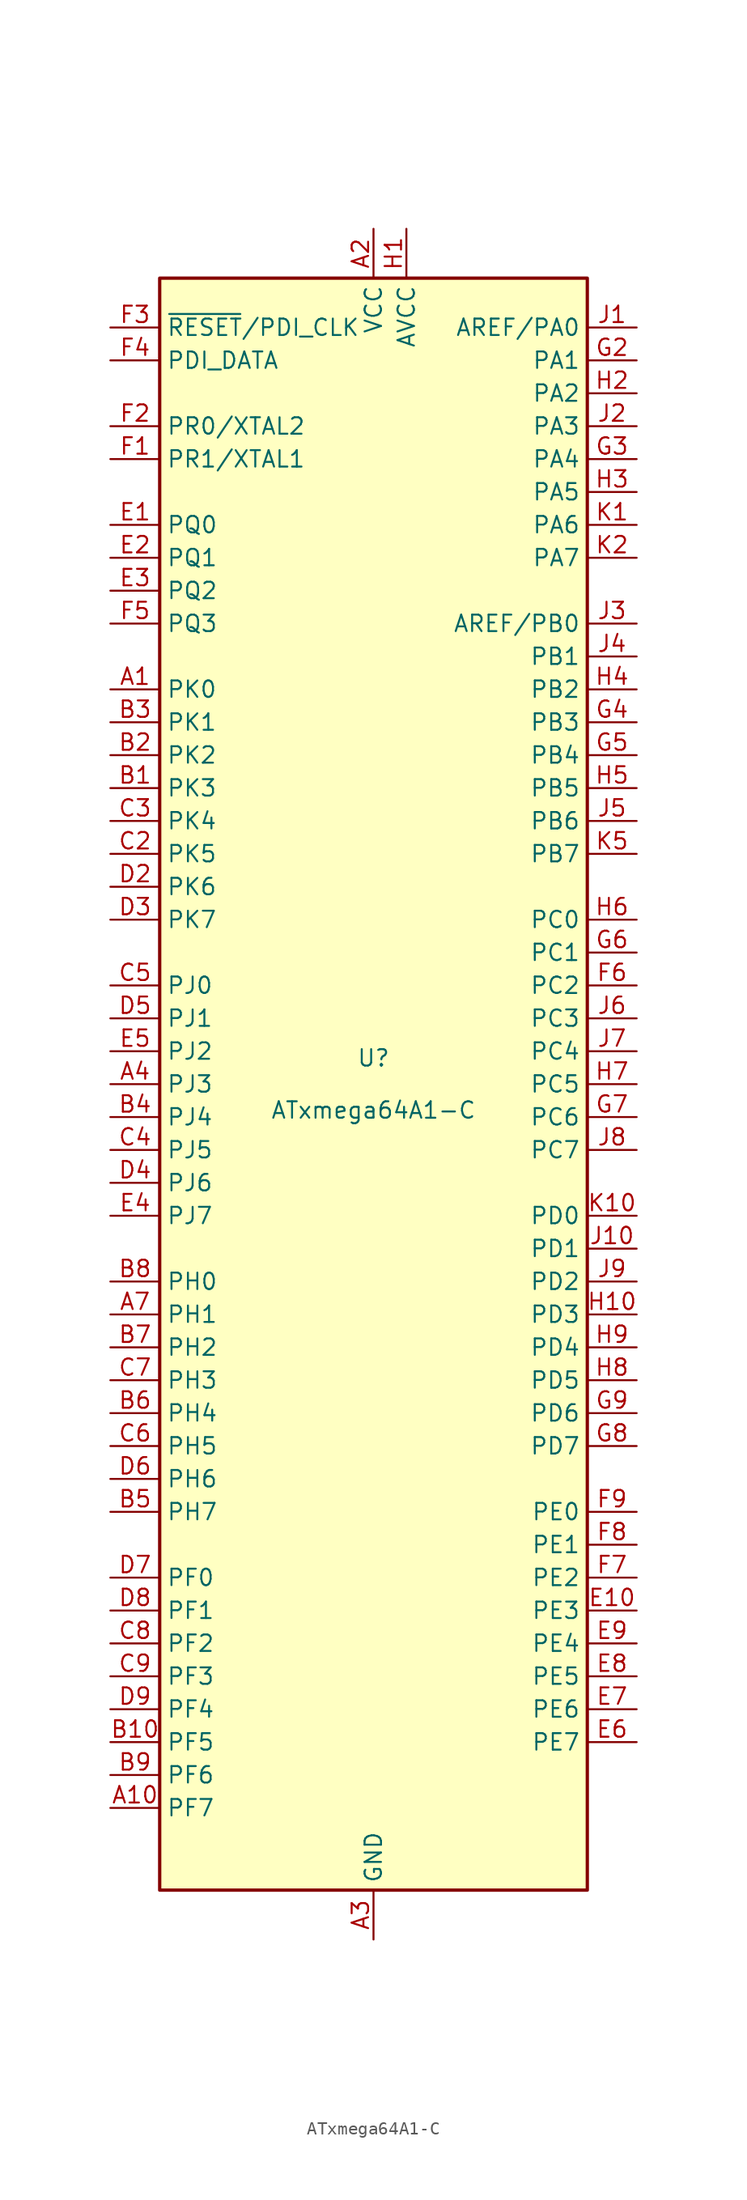
<source format=kicad_sym>
(kicad_symbol_lib
  (version 20241209)
  (generator "kicad_symbol_editor")
  (generator_version "9.0")
  (symbol "ATxmega64A1-C"
    (property "Reference" "U"
      (at 0 1.27 0)
      (effects (font (size 1.27 1.27)) (justify bottom)))
    (property "Value" "ATxmega64A1-C"
      (at 0 -1.27 0)
      (effects (font (size 1.27 1.27)) (justify top)))
    (symbol "ATxmega64A1-C_0_1"
      (rectangle (start -16.51 -62.23) (end 16.51 62.23) (stroke (width 0.254) (type default)) (fill (type background))))
    (symbol "ATxmega64A1-C_1_1"
      (pin input line (at -20.32 58.42 0) (length 3.81) (name "~{RESET}/PDI_CLK" (effects (font (size 1.27 1.27)))) (number "F3" (effects (font (size 1.27 1.27)))))
      (pin bidirectional line (at -20.32 55.88 0) (length 3.81) (name "PDI_DATA" (effects (font (size 1.27 1.27)))) (number "F4" (effects (font (size 1.27 1.27)))))
      (pin bidirectional line (at -20.32 50.8 0) (length 3.81) (name "PR0/XTAL2" (effects (font (size 1.27 1.27)))) (number "F2" (effects (font (size 1.27 1.27)))))
      (pin bidirectional line (at -20.32 48.26 0) (length 3.81) (name "PR1/XTAL1" (effects (font (size 1.27 1.27)))) (number "F1" (effects (font (size 1.27 1.27)))))
      (pin bidirectional line (at -20.32 43.18 0) (length 3.81) (name "PQ0" (effects (font (size 1.27 1.27)))) (number "E1" (effects (font (size 1.27 1.27)))))
      (pin bidirectional line (at -20.32 40.64 0) (length 3.81) (name "PQ1" (effects (font (size 1.27 1.27)))) (number "E2" (effects (font (size 1.27 1.27)))))
      (pin bidirectional line (at -20.32 38.1 0) (length 3.81) (name "PQ2" (effects (font (size 1.27 1.27)))) (number "E3" (effects (font (size 1.27 1.27)))))
      (pin bidirectional line (at -20.32 35.56 0) (length 3.81) (name "PQ3" (effects (font (size 1.27 1.27)))) (number "F5" (effects (font (size 1.27 1.27)))))
      (pin bidirectional line (at -20.32 30.48 0) (length 3.81) (name "PK0" (effects (font (size 1.27 1.27)))) (number "A1" (effects (font (size 1.27 1.27)))))
      (pin bidirectional line (at -20.32 27.94 0) (length 3.81) (name "PK1" (effects (font (size 1.27 1.27)))) (number "B3" (effects (font (size 1.27 1.27)))))
      (pin bidirectional line (at -20.32 25.4 0) (length 3.81) (name "PK2" (effects (font (size 1.27 1.27)))) (number "B2" (effects (font (size 1.27 1.27)))))
      (pin bidirectional line (at -20.32 22.86 0) (length 3.81) (name "PK3" (effects (font (size 1.27 1.27)))) (number "B1" (effects (font (size 1.27 1.27)))))
      (pin bidirectional line (at -20.32 20.32 0) (length 3.81) (name "PK4" (effects (font (size 1.27 1.27)))) (number "C3" (effects (font (size 1.27 1.27)))))
      (pin bidirectional line (at -20.32 17.78 0) (length 3.81) (name "PK5" (effects (font (size 1.27 1.27)))) (number "C2" (effects (font (size 1.27 1.27)))))
      (pin bidirectional line (at -20.32 15.24 0) (length 3.81) (name "PK6" (effects (font (size 1.27 1.27)))) (number "D2" (effects (font (size 1.27 1.27)))))
      (pin bidirectional line (at -20.32 12.7 0) (length 3.81) (name "PK7" (effects (font (size 1.27 1.27)))) (number "D3" (effects (font (size 1.27 1.27)))))
      (pin bidirectional line (at -20.32 7.62 0) (length 3.81) (name "PJ0" (effects (font (size 1.27 1.27)))) (number "C5" (effects (font (size 1.27 1.27)))))
      (pin bidirectional line (at -20.32 5.08 0) (length 3.81) (name "PJ1" (effects (font (size 1.27 1.27)))) (number "D5" (effects (font (size 1.27 1.27)))))
      (pin bidirectional line (at -20.32 2.54 0) (length 3.81) (name "PJ2" (effects (font (size 1.27 1.27)))) (number "E5" (effects (font (size 1.27 1.27)))))
      (pin bidirectional line (at -20.32 0 0) (length 3.81) (name "PJ3" (effects (font (size 1.27 1.27)))) (number "A4" (effects (font (size 1.27 1.27)))))
      (pin bidirectional line (at -20.32 -2.54 0) (length 3.81) (name "PJ4" (effects (font (size 1.27 1.27)))) (number "B4" (effects (font (size 1.27 1.27)))))
      (pin bidirectional line (at -20.32 -5.08 0) (length 3.81) (name "PJ5" (effects (font (size 1.27 1.27)))) (number "C4" (effects (font (size 1.27 1.27)))))
      (pin bidirectional line (at -20.32 -7.62 0) (length 3.81) (name "PJ6" (effects (font (size 1.27 1.27)))) (number "D4" (effects (font (size 1.27 1.27)))))
      (pin bidirectional line (at -20.32 -10.16 0) (length 3.81) (name "PJ7" (effects (font (size 1.27 1.27)))) (number "E4" (effects (font (size 1.27 1.27)))))
      (pin bidirectional line (at -20.32 -15.24 0) (length 3.81) (name "PH0" (effects (font (size 1.27 1.27)))) (number "B8" (effects (font (size 1.27 1.27)))))
      (pin bidirectional line (at -20.32 -17.78 0) (length 3.81) (name "PH1" (effects (font (size 1.27 1.27)))) (number "A7" (effects (font (size 1.27 1.27)))))
      (pin bidirectional line (at -20.32 -20.32 0) (length 3.81) (name "PH2" (effects (font (size 1.27 1.27)))) (number "B7" (effects (font (size 1.27 1.27)))))
      (pin bidirectional line (at -20.32 -22.86 0) (length 3.81) (name "PH3" (effects (font (size 1.27 1.27)))) (number "C7" (effects (font (size 1.27 1.27)))))
      (pin bidirectional line (at -20.32 -25.4 0) (length 3.81) (name "PH4" (effects (font (size 1.27 1.27)))) (number "B6" (effects (font (size 1.27 1.27)))))
      (pin bidirectional line (at -20.32 -27.94 0) (length 3.81) (name "PH5" (effects (font (size 1.27 1.27)))) (number "C6" (effects (font (size 1.27 1.27)))))
      (pin bidirectional line (at -20.32 -30.48 0) (length 3.81) (name "PH6" (effects (font (size 1.27 1.27)))) (number "D6" (effects (font (size 1.27 1.27)))))
      (pin bidirectional line (at -20.32 -33.02 0) (length 3.81) (name "PH7" (effects (font (size 1.27 1.27)))) (number "B5" (effects (font (size 1.27 1.27)))))
      (pin bidirectional line (at -20.32 -38.1 0) (length 3.81) (name "PF0" (effects (font (size 1.27 1.27)))) (number "D7" (effects (font (size 1.27 1.27)))))
      (pin bidirectional line (at -20.32 -40.64 0) (length 3.81) (name "PF1" (effects (font (size 1.27 1.27)))) (number "D8" (effects (font (size 1.27 1.27)))))
      (pin bidirectional line (at -20.32 -43.18 0) (length 3.81) (name "PF2" (effects (font (size 1.27 1.27)))) (number "C8" (effects (font (size 1.27 1.27)))))
      (pin bidirectional line (at -20.32 -45.72 0) (length 3.81) (name "PF3" (effects (font (size 1.27 1.27)))) (number "C9" (effects (font (size 1.27 1.27)))))
      (pin bidirectional line (at -20.32 -48.26 0) (length 3.81) (name "PF4" (effects (font (size 1.27 1.27)))) (number "D9" (effects (font (size 1.27 1.27)))))
      (pin bidirectional line (at -20.32 -50.8 0) (length 3.81) (name "PF5" (effects (font (size 1.27 1.27)))) (number "B10" (effects (font (size 1.27 1.27)))))
      (pin bidirectional line (at -20.32 -53.34 0) (length 3.81) (name "PF6" (effects (font (size 1.27 1.27)))) (number "B9" (effects (font (size 1.27 1.27)))))
      (pin bidirectional line (at -20.32 -55.88 0) (length 3.81) (name "PF7" (effects (font (size 1.27 1.27)))) (number "A10" (effects (font (size 1.27 1.27)))))
      (pin power_in line (at 0 66.04 270) (length 3.81) (name "VCC" (effects (font (size 1.27 1.27)))) (number "A2" (effects (font (size 1.27 1.27)))))
      (pin passive line (at 0 66.04 270) (length 3.81) (hide yes) (name "VCC" (effects (font (size 1.27 1.27)))) (number "A5" (effects (font (size 1.27 1.27)))))
      (pin passive line (at 0 66.04 270) (length 3.81) (hide yes) (name "VCC" (effects (font (size 1.27 1.27)))) (number "A9" (effects (font (size 1.27 1.27)))))
      (pin passive line (at 0 66.04 270) (length 3.81) (hide yes) (name "VCC" (effects (font (size 1.27 1.27)))) (number "C1" (effects (font (size 1.27 1.27)))))
      (pin passive line (at 0 66.04 270) (length 3.81) (hide yes) (name "VCC" (effects (font (size 1.27 1.27)))) (number "C10" (effects (font (size 1.27 1.27)))))
      (pin passive line (at 0 66.04 270) (length 3.81) (hide yes) (name "VCC" (effects (font (size 1.27 1.27)))) (number "F10" (effects (font (size 1.27 1.27)))))
      (pin passive line (at 0 66.04 270) (length 3.81) (hide yes) (name "VCC" (effects (font (size 1.27 1.27)))) (number "K6" (effects (font (size 1.27 1.27)))))
      (pin passive line (at 0 66.04 270) (length 3.81) (hide yes) (name "VCC" (effects (font (size 1.27 1.27)))) (number "K8" (effects (font (size 1.27 1.27)))))
      (pin power_in line (at 0 -66.04 90) (length 3.81) (name "GND" (effects (font (size 1.27 1.27)))) (number "A3" (effects (font (size 1.27 1.27)))))
      (pin passive line (at 0 -66.04 90) (length 3.81) (hide yes) (name "GND" (effects (font (size 1.27 1.27)))) (number "A6" (effects (font (size 1.27 1.27)))))
      (pin passive line (at 0 -66.04 90) (length 3.81) (hide yes) (name "GND" (effects (font (size 1.27 1.27)))) (number "A8" (effects (font (size 1.27 1.27)))))
      (pin passive line (at 0 -66.04 90) (length 3.81) (hide yes) (name "GND" (effects (font (size 1.27 1.27)))) (number "D1" (effects (font (size 1.27 1.27)))))
      (pin passive line (at 0 -66.04 90) (length 3.81) (hide yes) (name "GND" (effects (font (size 1.27 1.27)))) (number "D10" (effects (font (size 1.27 1.27)))))
      (pin passive line (at 0 -66.04 90) (length 3.81) (hide yes) (name "GND" (effects (font (size 1.27 1.27)))) (number "G1" (effects (font (size 1.27 1.27)))))
      (pin passive line (at 0 -66.04 90) (length 3.81) (hide yes) (name "GND" (effects (font (size 1.27 1.27)))) (number "G10" (effects (font (size 1.27 1.27)))))
      (pin passive line (at 0 -66.04 90) (length 3.81) (hide yes) (name "GND" (effects (font (size 1.27 1.27)))) (number "K3" (effects (font (size 1.27 1.27)))))
      (pin passive line (at 0 -66.04 90) (length 3.81) (hide yes) (name "GND" (effects (font (size 1.27 1.27)))) (number "K7" (effects (font (size 1.27 1.27)))))
      (pin passive line (at 0 -66.04 90) (length 3.81) (hide yes) (name "GND" (effects (font (size 1.27 1.27)))) (number "K9" (effects (font (size 1.27 1.27)))))
      (pin power_in line (at 2.54 66.04 270) (length 3.81) (name "AVCC" (effects (font (size 1.27 1.27)))) (number "H1" (effects (font (size 1.27 1.27)))))
      (pin passive line (at 2.54 66.04 270) (length 3.81) (hide yes) (name "AVCC" (effects (font (size 1.27 1.27)))) (number "K4" (effects (font (size 1.27 1.27)))))
      (pin bidirectional line (at 20.32 58.42 180) (length 3.81) (name "AREF/PA0" (effects (font (size 1.27 1.27)))) (number "J1" (effects (font (size 1.27 1.27)))))
      (pin bidirectional line (at 20.32 55.88 180) (length 3.81) (name "PA1" (effects (font (size 1.27 1.27)))) (number "G2" (effects (font (size 1.27 1.27)))))
      (pin bidirectional line (at 20.32 53.34 180) (length 3.81) (name "PA2" (effects (font (size 1.27 1.27)))) (number "H2" (effects (font (size 1.27 1.27)))))
      (pin bidirectional line (at 20.32 50.8 180) (length 3.81) (name "PA3" (effects (font (size 1.27 1.27)))) (number "J2" (effects (font (size 1.27 1.27)))))
      (pin bidirectional line (at 20.32 48.26 180) (length 3.81) (name "PA4" (effects (font (size 1.27 1.27)))) (number "G3" (effects (font (size 1.27 1.27)))))
      (pin bidirectional line (at 20.32 45.72 180) (length 3.81) (name "PA5" (effects (font (size 1.27 1.27)))) (number "H3" (effects (font (size 1.27 1.27)))))
      (pin bidirectional line (at 20.32 43.18 180) (length 3.81) (name "PA6" (effects (font (size 1.27 1.27)))) (number "K1" (effects (font (size 1.27 1.27)))))
      (pin bidirectional line (at 20.32 40.64 180) (length 3.81) (name "PA7" (effects (font (size 1.27 1.27)))) (number "K2" (effects (font (size 1.27 1.27)))))
      (pin bidirectional line (at 20.32 35.56 180) (length 3.81) (name "AREF/PB0" (effects (font (size 1.27 1.27)))) (number "J3" (effects (font (size 1.27 1.27)))))
      (pin bidirectional line (at 20.32 33.02 180) (length 3.81) (name "PB1" (effects (font (size 1.27 1.27)))) (number "J4" (effects (font (size 1.27 1.27)))))
      (pin bidirectional line (at 20.32 30.48 180) (length 3.81) (name "PB2" (effects (font (size 1.27 1.27)))) (number "H4" (effects (font (size 1.27 1.27)))))
      (pin bidirectional line (at 20.32 27.94 180) (length 3.81) (name "PB3" (effects (font (size 1.27 1.27)))) (number "G4" (effects (font (size 1.27 1.27)))))
      (pin bidirectional line (at 20.32 25.4 180) (length 3.81) (name "PB4" (effects (font (size 1.27 1.27)))) (number "G5" (effects (font (size 1.27 1.27)))))
      (pin bidirectional line (at 20.32 22.86 180) (length 3.81) (name "PB5" (effects (font (size 1.27 1.27)))) (number "H5" (effects (font (size 1.27 1.27)))))
      (pin bidirectional line (at 20.32 20.32 180) (length 3.81) (name "PB6" (effects (font (size 1.27 1.27)))) (number "J5" (effects (font (size 1.27 1.27)))))
      (pin bidirectional line (at 20.32 17.78 180) (length 3.81) (name "PB7" (effects (font (size 1.27 1.27)))) (number "K5" (effects (font (size 1.27 1.27)))))
      (pin bidirectional line (at 20.32 12.7 180) (length 3.81) (name "PC0" (effects (font (size 1.27 1.27)))) (number "H6" (effects (font (size 1.27 1.27)))))
      (pin bidirectional line (at 20.32 10.16 180) (length 3.81) (name "PC1" (effects (font (size 1.27 1.27)))) (number "G6" (effects (font (size 1.27 1.27)))))
      (pin bidirectional line (at 20.32 7.62 180) (length 3.81) (name "PC2" (effects (font (size 1.27 1.27)))) (number "F6" (effects (font (size 1.27 1.27)))))
      (pin bidirectional line (at 20.32 5.08 180) (length 3.81) (name "PC3" (effects (font (size 1.27 1.27)))) (number "J6" (effects (font (size 1.27 1.27)))))
      (pin bidirectional line (at 20.32 2.54 180) (length 3.81) (name "PC4" (effects (font (size 1.27 1.27)))) (number "J7" (effects (font (size 1.27 1.27)))))
      (pin bidirectional line (at 20.32 0 180) (length 3.81) (name "PC5" (effects (font (size 1.27 1.27)))) (number "H7" (effects (font (size 1.27 1.27)))))
      (pin bidirectional line (at 20.32 -2.54 180) (length 3.81) (name "PC6" (effects (font (size 1.27 1.27)))) (number "G7" (effects (font (size 1.27 1.27)))))
      (pin bidirectional line (at 20.32 -5.08 180) (length 3.81) (name "PC7" (effects (font (size 1.27 1.27)))) (number "J8" (effects (font (size 1.27 1.27)))))
      (pin bidirectional line (at 20.32 -10.16 180) (length 3.81) (name "PD0" (effects (font (size 1.27 1.27)))) (number "K10" (effects (font (size 1.27 1.27)))))
      (pin bidirectional line (at 20.32 -12.7 180) (length 3.81) (name "PD1" (effects (font (size 1.27 1.27)))) (number "J10" (effects (font (size 1.27 1.27)))))
      (pin bidirectional line (at 20.32 -15.24 180) (length 3.81) (name "PD2" (effects (font (size 1.27 1.27)))) (number "J9" (effects (font (size 1.27 1.27)))))
      (pin bidirectional line (at 20.32 -17.78 180) (length 3.81) (name "PD3" (effects (font (size 1.27 1.27)))) (number "H10" (effects (font (size 1.27 1.27)))))
      (pin bidirectional line (at 20.32 -20.32 180) (length 3.81) (name "PD4" (effects (font (size 1.27 1.27)))) (number "H9" (effects (font (size 1.27 1.27)))))
      (pin bidirectional line (at 20.32 -22.86 180) (length 3.81) (name "PD5" (effects (font (size 1.27 1.27)))) (number "H8" (effects (font (size 1.27 1.27)))))
      (pin bidirectional line (at 20.32 -25.4 180) (length 3.81) (name "PD6" (effects (font (size 1.27 1.27)))) (number "G9" (effects (font (size 1.27 1.27)))))
      (pin bidirectional line (at 20.32 -27.94 180) (length 3.81) (name "PD7" (effects (font (size 1.27 1.27)))) (number "G8" (effects (font (size 1.27 1.27)))))
      (pin bidirectional line (at 20.32 -33.02 180) (length 3.81) (name "PE0" (effects (font (size 1.27 1.27)))) (number "F9" (effects (font (size 1.27 1.27)))))
      (pin bidirectional line (at 20.32 -35.56 180) (length 3.81) (name "PE1" (effects (font (size 1.27 1.27)))) (number "F8" (effects (font (size 1.27 1.27)))))
      (pin bidirectional line (at 20.32 -38.1 180) (length 3.81) (name "PE2" (effects (font (size 1.27 1.27)))) (number "F7" (effects (font (size 1.27 1.27)))))
      (pin bidirectional line (at 20.32 -40.64 180) (length 3.81) (name "PE3" (effects (font (size 1.27 1.27)))) (number "E10" (effects (font (size 1.27 1.27)))))
      (pin bidirectional line (at 20.32 -43.18 180) (length 3.81) (name "PE4" (effects (font (size 1.27 1.27)))) (number "E9" (effects (font (size 1.27 1.27)))))
      (pin bidirectional line (at 20.32 -45.72 180) (length 3.81) (name "PE5" (effects (font (size 1.27 1.27)))) (number "E8" (effects (font (size 1.27 1.27)))))
      (pin bidirectional line (at 20.32 -48.26 180) (length 3.81) (name "PE6" (effects (font (size 1.27 1.27)))) (number "E7" (effects (font (size 1.27 1.27)))))
      (pin bidirectional line (at 20.32 -50.8 180) (length 3.81) (name "PE7" (effects (font (size 1.27 1.27)))) (number "E6" (effects (font (size 1.27 1.27))))))))
</source>
